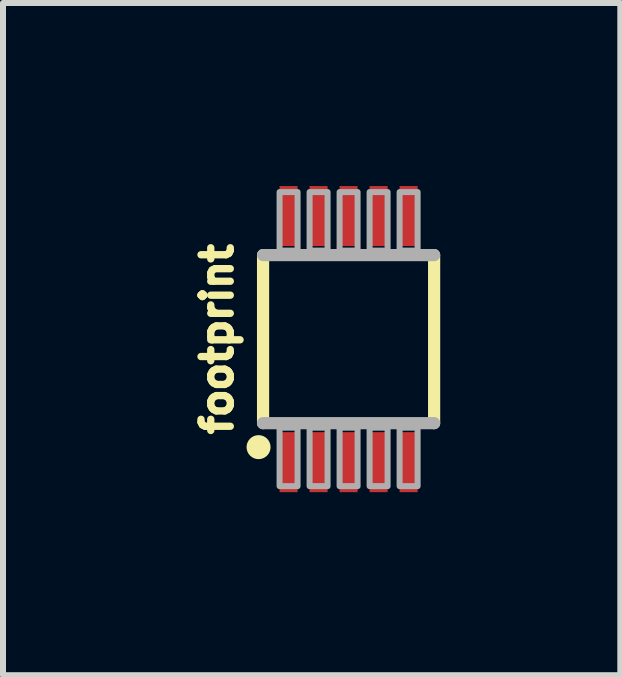
<source format=kicad_pcb>
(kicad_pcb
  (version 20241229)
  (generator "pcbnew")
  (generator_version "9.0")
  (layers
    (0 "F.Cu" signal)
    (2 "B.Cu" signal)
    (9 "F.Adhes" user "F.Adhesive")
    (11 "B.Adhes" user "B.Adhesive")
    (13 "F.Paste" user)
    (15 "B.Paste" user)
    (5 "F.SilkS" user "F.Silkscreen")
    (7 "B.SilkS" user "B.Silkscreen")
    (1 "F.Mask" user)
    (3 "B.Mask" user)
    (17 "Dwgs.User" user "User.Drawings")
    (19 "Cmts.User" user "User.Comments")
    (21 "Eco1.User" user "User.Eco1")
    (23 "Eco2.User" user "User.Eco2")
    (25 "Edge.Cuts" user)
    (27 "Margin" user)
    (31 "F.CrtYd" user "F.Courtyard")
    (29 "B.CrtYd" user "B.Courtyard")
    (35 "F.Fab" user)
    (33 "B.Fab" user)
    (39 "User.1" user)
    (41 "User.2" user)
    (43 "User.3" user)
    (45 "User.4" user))
  (footprint "footprint"
    (layer "F.Cu")
    (at 2.758 2.6)
    (property "Reference" "footprint" (at -1.905 0 90) (layer "F.SilkS") (effects (font (size 0.488 0.488) (thickness 0.122)) (justify bottom)))
    (fp_poly (pts (xy -1.2 2.6) (xy -0.8 2.6) (xy -0.8 1.5) (xy -1.2 1.5)) (stroke (width 0) (type solid)) (fill yes) (layer "F.Mask"))
    (fp_poly (pts (xy -0.8 -2.6) (xy -1.2 -2.6) (xy -1.2 -1.5) (xy -0.8 -1.5)) (stroke (width 0) (type solid)) (fill yes) (layer "F.Mask"))
    (fp_poly (pts (xy -0.7 2.6) (xy -0.3 2.6) (xy -0.3 1.5) (xy -0.7 1.5)) (stroke (width 0) (type solid)) (fill yes) (layer "F.Mask"))
    (fp_poly (pts (xy -0.3 -2.6) (xy -0.7 -2.6) (xy -0.7 -1.5) (xy -0.3 -1.5)) (stroke (width 0) (type solid)) (fill yes) (layer "F.Mask"))
    (fp_poly (pts (xy -0.2 2.6) (xy 0.2 2.6) (xy 0.2 1.5) (xy -0.2 1.5)) (stroke (width 0) (type solid)) (fill yes) (layer "F.Mask"))
    (fp_poly (pts (xy 0.2 -2.6) (xy -0.2 -2.6) (xy -0.2 -1.5) (xy 0.2 -1.5)) (stroke (width 0) (type solid)) (fill yes) (layer "F.Mask"))
    (fp_poly (pts (xy 0.3 2.6) (xy 0.7 2.6) (xy 0.7 1.5) (xy 0.3 1.5)) (stroke (width 0) (type solid)) (fill yes) (layer "F.Mask"))
    (fp_poly (pts (xy 0.7 -2.6) (xy 0.3 -2.6) (xy 0.3 -1.5) (xy 0.7 -1.5)) (stroke (width 0) (type solid)) (fill yes) (layer "F.Mask"))
    (fp_poly (pts (xy 0.8 2.6) (xy 1.2 2.6) (xy 1.2 1.5) (xy 0.8 1.5)) (stroke (width 0) (type solid)) (fill yes) (layer "F.Mask"))
    (fp_poly (pts (xy 1.2 -2.6) (xy 0.8 -2.6) (xy 0.8 -1.5) (xy 1.2 -1.5)) (stroke (width 0) (type solid)) (fill yes) (layer "F.Mask"))
    (fp_line (start -1.425 -1.4) (end -1.425 1.4) (stroke (width 0.203) (type solid)) (layer "F.SilkS"))
    (fp_line (start 1.425 1.4) (end 1.425 -1.4) (stroke (width 0.203) (type solid)) (layer "F.SilkS"))
    (fp_circle (center -1.5 1.8) (end -1.4 1.8) (stroke (width 0.2) (type solid)) (fill yes) (layer "F.SilkS"))
    (fp_poly (pts (xy -1.125 2.5) (xy -0.875 2.5) (xy -0.875 1.625) (xy -1.125 1.625)) (stroke (width 0) (type solid)) (fill yes) (layer "F.Paste"))
    (fp_poly (pts (xy -0.875 -2.5) (xy -1.125 -2.5) (xy -1.125 -1.625) (xy -0.875 -1.625)) (stroke (width 0) (type solid)) (fill yes) (layer "F.Paste"))
    (fp_poly (pts (xy -0.625 2.5) (xy -0.375 2.5) (xy -0.375 1.625) (xy -0.625 1.625)) (stroke (width 0) (type solid)) (fill yes) (layer "F.Paste"))
    (fp_poly (pts (xy -0.375 -2.5) (xy -0.625 -2.5) (xy -0.625 -1.625) (xy -0.375 -1.625)) (stroke (width 0) (type solid)) (fill yes) (layer "F.Paste"))
    (fp_poly (pts (xy -0.125 2.5) (xy 0.125 2.5) (xy 0.125 1.625) (xy -0.125 1.625)) (stroke (width 0) (type solid)) (fill yes) (layer "F.Paste"))
    (fp_poly (pts (xy 0.125 -2.5) (xy -0.125 -2.5) (xy -0.125 -1.625) (xy 0.125 -1.625)) (stroke (width 0) (type solid)) (fill yes) (layer "F.Paste"))
    (fp_poly (pts (xy 0.375 2.5) (xy 0.625 2.5) (xy 0.625 1.625) (xy 0.375 1.625)) (stroke (width 0) (type solid)) (fill yes) (layer "F.Paste"))
    (fp_poly (pts (xy 0.625 -2.5) (xy 0.375 -2.5) (xy 0.375 -1.625) (xy 0.625 -1.625)) (stroke (width 0) (type solid)) (fill yes) (layer "F.Paste"))
    (fp_poly (pts (xy 0.875 2.5) (xy 1.125 2.5) (xy 1.125 1.625) (xy 0.875 1.625)) (stroke (width 0) (type solid)) (fill yes) (layer "F.Paste"))
    (fp_poly (pts (xy 1.125 -2.5) (xy 0.875 -2.5) (xy 0.875 -1.625) (xy 1.125 -1.625)) (stroke (width 0) (type solid)) (fill yes) (layer "F.Paste"))
    (fp_line (start -1.425 1.4) (end 1.425 1.4) (stroke (width 0.203) (type solid)) (layer "F.Fab"))
    (fp_line (start 1.425 -1.4) (end -1.425 -1.4) (stroke (width 0.203) (type solid)) (layer "F.Fab"))
    (fp_poly (pts (xy -1.15 2.45) (xy -0.85 2.45) (xy -0.85 1.475) (xy -1.15 1.475)) (stroke (width 0.1) (type solid)) (fill no) (layer "F.Fab"))
    (fp_poly (pts (xy -0.85 -2.45) (xy -1.15 -2.45) (xy -1.15 -1.475) (xy -0.85 -1.475)) (stroke (width 0.1) (type solid)) (fill no) (layer "F.Fab"))
    (fp_poly (pts (xy -0.65 2.45) (xy -0.35 2.45) (xy -0.35 1.475) (xy -0.65 1.475)) (stroke (width 0.1) (type solid)) (fill no) (layer "F.Fab"))
    (fp_poly (pts (xy -0.35 -2.45) (xy -0.65 -2.45) (xy -0.65 -1.475) (xy -0.35 -1.475)) (stroke (width 0.1) (type solid)) (fill no) (layer "F.Fab"))
    (fp_poly (pts (xy -0.15 2.45) (xy 0.15 2.45) (xy 0.15 1.475) (xy -0.15 1.475)) (stroke (width 0.1) (type solid)) (fill no) (layer "F.Fab"))
    (fp_poly (pts (xy 0.15 -2.45) (xy -0.15 -2.45) (xy -0.15 -1.475) (xy 0.15 -1.475)) (stroke (width 0.1) (type solid)) (fill no) (layer "F.Fab"))
    (fp_poly (pts (xy 0.35 2.45) (xy 0.65 2.45) (xy 0.65 1.475) (xy 0.35 1.475)) (stroke (width 0.1) (type solid)) (fill no) (layer "F.Fab"))
    (fp_poly (pts (xy 0.65 -2.45) (xy 0.35 -2.45) (xy 0.35 -1.475) (xy 0.65 -1.475)) (stroke (width 0.1) (type solid)) (fill no) (layer "F.Fab"))
    (fp_poly (pts (xy 0.85 2.45) (xy 1.15 2.45) (xy 1.15 1.475) (xy 0.85 1.475)) (stroke (width 0.1) (type solid)) (fill no) (layer "F.Fab"))
    (fp_poly (pts (xy 1.15 -2.45) (xy 0.85 -2.45) (xy 0.85 -1.475) (xy 1.15 -1.475)) (stroke (width 0.1) (type solid)) (fill no) (layer "F.Fab"))
    (pad "1" smd rect (at -1 2.05) (size 0.3 1) (layers "F.Cu"))
    (pad "2" smd rect (at -0.5 2.05) (size 0.3 1) (layers "F.Cu"))
    (pad "3" smd rect (at 0 2.05) (size 0.3 1) (layers "F.Cu"))
    (pad "4" smd rect (at 0.5 2.05) (size 0.3 1) (layers "F.Cu"))
    (pad "5" smd rect (at 1 2.05) (size 0.3 1) (layers "F.Cu"))
    (pad "6" smd rect (at 1 -2.05 180) (size 0.3 1) (layers "F.Cu"))
    (pad "7" smd rect (at 0.5 -2.05 180) (size 0.3 1) (layers "F.Cu"))
    (pad "8" smd rect (at 0 -2.05 180) (size 0.3 1) (layers "F.Cu"))
    (pad "9" smd rect (at -0.5 -2.05 180) (size 0.3 1) (layers "F.Cu"))
    (pad "10" smd rect (at -1 -2.05 180) (size 0.3 1) (layers "F.Cu")))
  (gr_rect
    (start -3 -3)
    (end 7.285 8.2)
    (stroke (width 0.1) (type default))
    (fill no)
    (layer "Edge.Cuts")))
</source>
